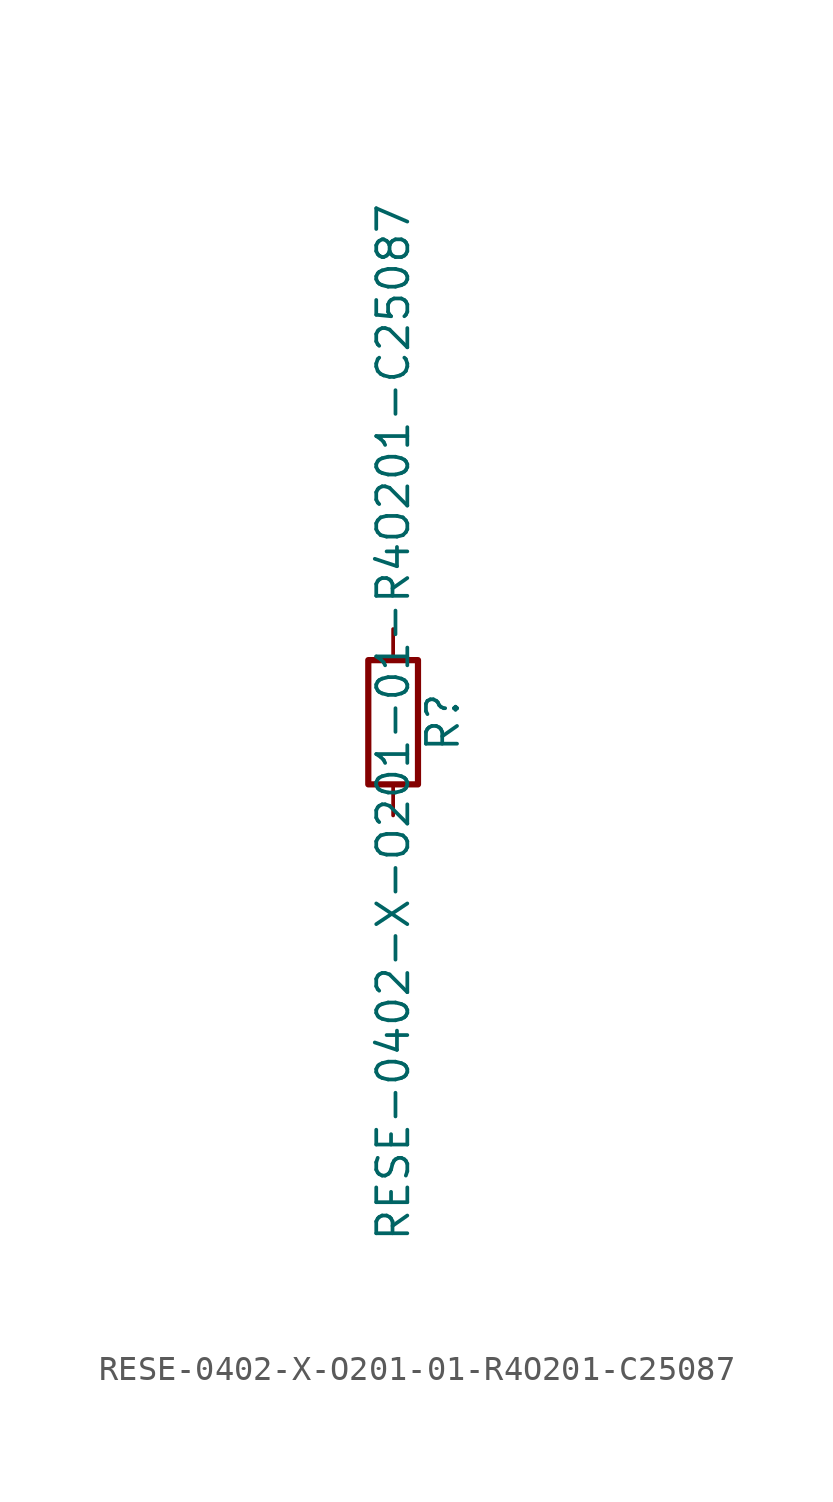
<source format=kicad_sym>
(kicad_symbol_lib
  (version 20211014)
  (generator kicad_symbol_editor)
  (symbol "RESE-0402-X-O201-01-R4O201-C25087"
    (pin_numbers hide)
    (pin_names
      (offset 0))
    (property "Reference" "R"
      (at 2.032 0 90)
      (effects (font (size 1.27 1.27))))
    (property "Value" "RESE-0402-X-O201-01-R4O201-C25087"
      (at 0 0 90)
      (effects (font (size 1.27 1.27))))
    (symbol "RESE-0402-X-O201-01-R4O201-C25087_0_1"
      (rectangle (start -1.016 -2.54) (end 1.016 2.54) (stroke (width 0.254) (type default) (color 0 0 0 0)) (fill (type none))))
    (symbol "RESE-0402-X-O201-01-R4O201-C25087_1_1"
      (pin passive line (at 0 3.81 270) (length 1.27) (name "~" (effects (font (size 1.27 1.27)))) (number "1" (effects (font (size 1.27 1.27)))))
      (pin passive line (at 0 -3.81 90) (length 1.27) (name "~" (effects (font (size 1.27 1.27)))) (number "2" (effects (font (size 1.27 1.27))))))))
</source>
